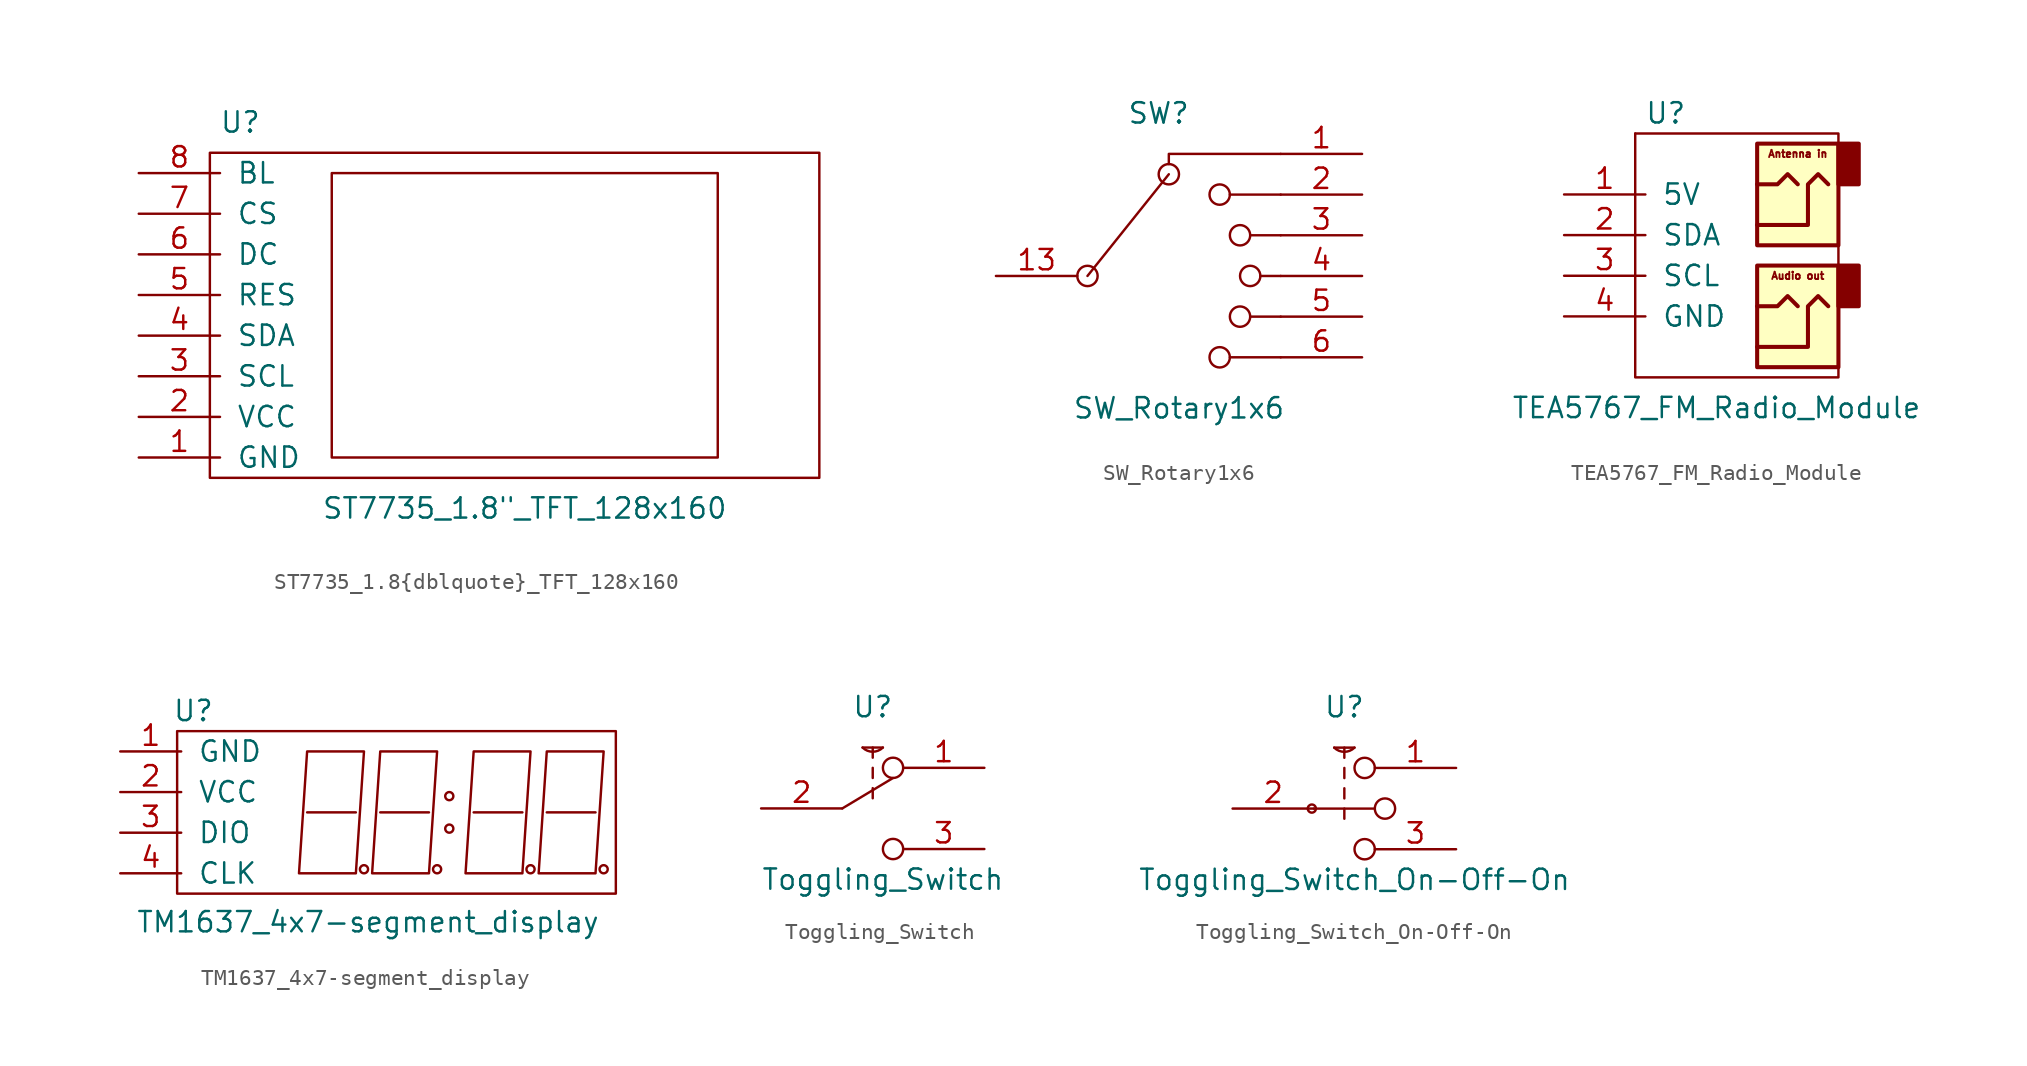
<source format=kicad_sym>
(kicad_symbol_lib
  (version 20211014)
  (generator kicad_symbol_editor)
  (symbol "ST7735_1.8{dblquote}_TFT_128x160"
    (pin_names
      (offset 1.016))
    (property "Reference" "U"
      (at 6.35 3.175 0)
      (effects (font (size 1.27 1.27))))
    (property "Value" "ST7735_1.8{dblquote}_TFT_128x160"
      (at 24.13 -20.955 0)
      (effects (font (size 1.27 1.27))))
    (symbol "ST7735_1.8{dblquote}_TFT_128x160_0_1"
      (rectangle (start 4.445 1.27) (end 42.545 -19.05) (stroke (width 0) (type default) (color 0 0 0 0)) (fill (type none)))
      (rectangle (start 12.065 0) (end 36.195 -17.78) (stroke (width 0) (type default) (color 0 0 0 0)) (fill (type none))))
    (symbol "ST7735_1.8{dblquote}_TFT_128x160_1_1"
      (pin power_in line (at 0 -17.78 0) (length 5.08) (name "GND" (effects (font (size 1.27 1.27)))) (number "1" (effects (font (size 1.27 1.27)))))
      (pin power_in line (at 0 -15.24 0) (length 5.08) (name "VCC" (effects (font (size 1.27 1.27)))) (number "2" (effects (font (size 1.27 1.27)))))
      (pin input line (at 0 -12.7 0) (length 5.08) (name "SCL" (effects (font (size 1.27 1.27)))) (number "3" (effects (font (size 1.27 1.27)))))
      (pin input line (at 0 -10.16 0) (length 5.08) (name "SDA" (effects (font (size 1.27 1.27)))) (number "4" (effects (font (size 1.27 1.27)))))
      (pin input line (at 0 -7.62 0) (length 5.08) (name "RES" (effects (font (size 1.27 1.27)))) (number "5" (effects (font (size 1.27 1.27)))))
      (pin input line (at 0 -5.08 0) (length 5.08) (name "DC" (effects (font (size 1.27 1.27)))) (number "6" (effects (font (size 1.27 1.27)))))
      (pin input line (at 0 -2.54 0) (length 5.08) (name "CS" (effects (font (size 1.27 1.27)))) (number "7" (effects (font (size 1.27 1.27)))))
      (pin input line (at 0 0 0) (length 5.08) (name "BL" (effects (font (size 1.27 1.27)))) (number "8" (effects (font (size 1.27 1.27)))))))
  (symbol "SW_Rotary1x6"
    (pin_names
      (offset 1.016) hide)
    (property "Reference" "SW"
      (at 0 17.78 0)
      (effects (font (size 1.27 1.27))))
    (property "Value" "SW_Rotary1x6"
      (at 1.27 -0.635 0)
      (effects (font (size 1.27 1.27))))
    (symbol "SW_Rotary1x6_0_0"
      (circle (center -4.445 7.62) (radius 0.635) (stroke (width 0) (type default) (color 0 0 0 0)) (fill (type none)))
      (polyline (pts (xy -4.445 7.62) (xy 0.635 13.97)) (stroke (width 0) (type default) (color 0 0 0 0)) (fill (type none)))
      (polyline (pts (xy 4.445 12.7) (xy 7.62 12.7)) (stroke (width 0) (type default) (color 0 0 0 0)) (fill (type none)))
      (polyline (pts (xy 5.715 5.08) (xy 7.62 5.08)) (stroke (width 0) (type default) (color 0 0 0 0)) (fill (type none)))
      (polyline (pts (xy 5.715 10.16) (xy 7.62 10.16)) (stroke (width 0) (type default) (color 0 0 0 0)) (fill (type none)))
      (polyline (pts (xy 6.35 7.62) (xy 7.62 7.62)) (stroke (width 0) (type default) (color 0 0 0 0)) (fill (type none)))
      (polyline (pts (xy 7.62 2.54) (xy 4.445 2.54)) (stroke (width 0) (type default) (color 0 0 0 0)) (fill (type none)))
      (polyline (pts (xy 0.635 14.605) (xy 0.635 15.24) (xy 7.62 15.24)) (stroke (width 0) (type default) (color 0 0 0 0)) (fill (type none)))
      (circle (center 0.635 13.97) (radius 0.635) (stroke (width 0) (type default) (color 0 0 0 0)) (fill (type none)))
      (circle (center 3.81 2.54) (radius 0.635) (stroke (width 0) (type default) (color 0 0 0 0)) (fill (type none)))
      (circle (center 3.81 12.7) (radius 0.635) (stroke (width 0) (type default) (color 0 0 0 0)) (fill (type none)))
      (circle (center 5.08 5.08) (radius 0.635) (stroke (width 0) (type default) (color 0 0 0 0)) (fill (type none)))
      (circle (center 5.08 10.16) (radius 0.635) (stroke (width 0) (type default) (color 0 0 0 0)) (fill (type none)))
      (circle (center 5.715 7.62) (radius 0.635) (stroke (width 0) (type default) (color 0 0 0 0)) (fill (type none))))
    (symbol "SW_Rotary1x6_0_1"
      (pin passive line (at 12.7 15.24 180) (length 5.08) (name "1" (effects (font (size 1.27 1.27)))) (number "1" (effects (font (size 1.27 1.27)))))
      (pin passive line (at -10.16 7.62 0) (length 5.08) (name "13" (effects (font (size 1.27 1.27)))) (number "13" (effects (font (size 1.27 1.27)))))
      (pin passive line (at 12.7 12.7 180) (length 5.08) (name "2" (effects (font (size 1.27 1.27)))) (number "2" (effects (font (size 1.27 1.27)))))
      (pin passive line (at 12.7 10.16 180) (length 5.08) (name "3" (effects (font (size 1.27 1.27)))) (number "3" (effects (font (size 1.27 1.27)))))
      (pin passive line (at 12.7 7.62 180) (length 5.08) (name "4" (effects (font (size 1.27 1.27)))) (number "4" (effects (font (size 1.27 1.27)))))
      (pin passive line (at 12.7 5.08 180) (length 5.08) (name "5" (effects (font (size 1.27 1.27)))) (number "5" (effects (font (size 1.27 1.27)))))
      (pin passive line (at 12.7 2.54 180) (length 5.08) (name "6" (effects (font (size 1.27 1.27)))) (number "6" (effects (font (size 1.27 1.27)))))))
  (symbol "TEA5767_FM_Radio_Module"
    (pin_names
      (offset 1.016))
    (property "Reference" "U"
      (at 6.35 5.08 0)
      (effects (font (size 1.27 1.27))))
    (property "Value" "TEA5767_FM_Radio_Module"
      (at 9.525 -13.335 0)
      (effects (font (size 1.27 1.27))))
    (symbol "TEA5767_FM_Radio_Module_0_0"
      (text "Antenna in" (at 14.605 2.54 0) (effects (font (size 0.457 0.457))))
      (text "Audio out" (at 14.605 -5.08 0) (effects (font (size 0.457 0.457)))))
    (symbol "TEA5767_FM_Radio_Module_0_1"
      (polyline (pts (xy 17.145 -4.445) (xy 17.145 -3.175)) (stroke (width 0) (type default) (color 0 0 0 0)) (fill (type none)))
      (polyline (pts (xy 17.145 3.175) (xy 17.145 3.81) (xy 4.445 3.81)) (stroke (width 0) (type default) (color 0 0 0 0)) (fill (type none)))
      (polyline (pts (xy 4.445 3.81) (xy 4.445 -11.43) (xy 17.145 -11.43) (xy 17.145 -10.795)) (stroke (width 0) (type default) (color 0 0 0 0)) (fill (type none))))
    (symbol "TEA5767_FM_Radio_Module_1_1"
      (polyline (pts (xy 14.605 -6.985) (xy 13.97 -6.35) (xy 13.335 -6.985) (xy 12.065 -6.985)) (stroke (width 0.254) (type default) (color 0 0 0 0)) (fill (type none)))
      (polyline (pts (xy 14.605 0.635) (xy 13.97 1.27) (xy 13.335 0.635) (xy 12.065 0.635)) (stroke (width 0.254) (type default) (color 0 0 0 0)) (fill (type none)))
      (polyline (pts (xy 12.065 -9.525) (xy 15.24 -9.525) (xy 15.24 -6.985) (xy 15.875 -6.35) (xy 16.51 -6.985)) (stroke (width 0.254) (type default) (color 0 0 0 0)) (fill (type none)))
      (polyline (pts (xy 12.065 -1.905) (xy 15.24 -1.905) (xy 15.24 0.635) (xy 15.875 1.27) (xy 16.51 0.635)) (stroke (width 0.254) (type default) (color 0 0 0 0)) (fill (type none)))
      (rectangle (start 12.065 -10.795) (end 17.145 -4.445) (stroke (width 0.254) (type default) (color 0 0 0 0)) (fill (type background)))
      (rectangle (start 12.065 -3.175) (end 17.145 3.175) (stroke (width 0.254) (type default) (color 0 0 0 0)) (fill (type background)))
      (rectangle (start 17.145 -4.445) (end 18.415 -6.985) (stroke (width 0.254) (type default) (color 0 0 0 0)) (fill (type outline)))
      (rectangle (start 17.145 3.175) (end 18.415 0.635) (stroke (width 0.254) (type default) (color 0 0 0 0)) (fill (type outline)))
      (pin power_in line (at 0 0 0) (length 5.08) (name "5V" (effects (font (size 1.27 1.27)))) (number "1" (effects (font (size 1.27 1.27)))))
      (pin bidirectional line (at 0 -2.54 0) (length 5.08) (name "SDA" (effects (font (size 1.27 1.27)))) (number "2" (effects (font (size 1.27 1.27)))))
      (pin bidirectional line (at 0 -5.08 0) (length 5.08) (name "SCL" (effects (font (size 1.27 1.27)))) (number "3" (effects (font (size 1.27 1.27)))))
      (pin power_in line (at 0 -7.62 0) (length 5.08) (name "GND" (effects (font (size 1.27 1.27)))) (number "4" (effects (font (size 1.27 1.27)))))))
  (symbol "TM1637_4x7-segment_display"
    (pin_names
      (offset 1.016))
    (property "Reference" "U"
      (at 4.572 2.54 0)
      (effects (font (size 1.27 1.27))))
    (property "Value" "TM1637_4x7-segment_display"
      (at 15.494 -10.668 0)
      (effects (font (size 1.27 1.27))))
    (symbol "TM1637_4x7-segment_display_0_1"
      (polyline (pts (xy 11.684 -3.81) (xy 14.732 -3.81)) (stroke (width 0) (type default) (color 0 0 0 0)) (fill (type none)))
      (polyline (pts (xy 11.684 0) (xy 11.176 -7.62) (xy 14.732 -7.62) (xy 15.24 0) (xy 11.684 0)) (stroke (width 0) (type default) (color 0 0 0 0)) (fill (type none)))
      (rectangle (start 3.556 1.27) (end 30.988 -8.89) (stroke (width 0) (type default) (color 0 0 0 0)) (fill (type none)))
      (circle (center 15.24 -7.366) (radius 0.254) (stroke (width 0) (type default) (color 0 0 0 0)) (fill (type none)))
      (circle (center 20.574 -4.826) (radius 0.254) (stroke (width 0) (type default) (color 0 0 0 0)) (fill (type none)))
      (circle (center 20.574 -2.794) (radius 0.254) (stroke (width 0) (type default) (color 0 0 0 0)) (fill (type none))))
    (symbol "TM1637_4x7-segment_display_1_1"
      (polyline (pts (xy 16.256 -3.81) (xy 19.304 -3.81)) (stroke (width 0) (type default) (color 0 0 0 0)) (fill (type none)))
      (polyline (pts (xy 22.098 -3.81) (xy 25.146 -3.81)) (stroke (width 0) (type default) (color 0 0 0 0)) (fill (type none)))
      (polyline (pts (xy 26.67 -3.81) (xy 29.718 -3.81)) (stroke (width 0) (type default) (color 0 0 0 0)) (fill (type none)))
      (polyline (pts (xy 16.256 0) (xy 15.748 -7.62) (xy 19.304 -7.62) (xy 19.812 0) (xy 16.256 0)) (stroke (width 0) (type default) (color 0 0 0 0)) (fill (type none)))
      (polyline (pts (xy 22.098 0) (xy 21.59 -7.62) (xy 25.146 -7.62) (xy 25.654 0) (xy 22.098 0)) (stroke (width 0) (type default) (color 0 0 0 0)) (fill (type none)))
      (polyline (pts (xy 26.67 0) (xy 26.162 -7.62) (xy 29.718 -7.62) (xy 30.226 0) (xy 26.67 0)) (stroke (width 0) (type default) (color 0 0 0 0)) (fill (type none)))
      (circle (center 19.812 -7.366) (radius 0.254) (stroke (width 0) (type default) (color 0 0 0 0)) (fill (type none)))
      (circle (center 25.654 -7.366) (radius 0.254) (stroke (width 0) (type default) (color 0 0 0 0)) (fill (type none)))
      (circle (center 30.226 -7.366) (radius 0.254) (stroke (width 0) (type default) (color 0 0 0 0)) (fill (type none)))
      (pin input line (at 0 0 0) (length 3.81) (name "GND" (effects (font (size 1.27 1.27)))) (number "1" (effects (font (size 1.27 1.27)))))
      (pin input line (at 0 -2.54 0) (length 3.81) (name "VCC" (effects (font (size 1.27 1.27)))) (number "2" (effects (font (size 1.27 1.27)))))
      (pin power_in line (at 0 -5.08 0) (length 3.81) (name "DIO" (effects (font (size 1.27 1.27)))) (number "3" (effects (font (size 1.27 1.27)))))
      (pin power_in line (at 0 -7.62 0) (length 3.81) (name "CLK" (effects (font (size 1.27 1.27)))) (number "4" (effects (font (size 1.27 1.27)))))))
  (symbol "Toggling_Switch"
    (pin_names hide)
    (property "Reference" "U"
      (at 6.985 6.35 0)
      (effects (font (size 1.27 1.27))))
    (property "Value" "Toggling_Switch"
      (at 7.62 -4.445 0)
      (effects (font (size 1.27 1.27))))
    (symbol "Toggling_Switch_0_1"
      (polyline (pts (xy 5.08 0) (xy 8.255 1.905)) (stroke (width 0.152) (type default) (color 0 0 0 0)) (fill (type none)))
      (polyline (pts (xy 6.35 3.81) (xy 7.62 3.81)) (stroke (width 0.152) (type default) (color 0 0 0 0)) (fill (type none)))
      (polyline (pts (xy 6.985 0.635) (xy 6.985 1.27)) (stroke (width 0.152) (type default) (color 0 0 0 0)) (fill (type none)))
      (polyline (pts (xy 6.985 1.905) (xy 6.985 2.54)) (stroke (width 0.152) (type default) (color 0 0 0 0)) (fill (type none)))
      (polyline (pts (xy 6.985 3.175) (xy 6.985 3.81)) (stroke (width 0.152) (type default) (color 0 0 0 0)) (fill (type none)))
      (arc (start 6.35 3.81) (mid 6.985 2.277) (end 7.62 3.81) (stroke (width 0.1524) (type default) (color 0 0 0 0)) (fill (type none)))
      (circle (center 8.255 -2.54) (radius 0.635) (stroke (width 0.152) (type default) (color 0 0 0 0)) (fill (type none)))
      (circle (center 8.255 2.54) (radius 0.635) (stroke (width 0.152) (type default) (color 0 0 0 0)) (fill (type none)))
      (pin passive line (at 13.97 2.54 180) (length 5.08) (name "NC" (effects (font (size 1.27 1.27)))) (number "1" (effects (font (size 1.27 1.27)))))
      (pin passive line (at 0 0 0) (length 5.08) (name "Com" (effects (font (size 1.27 1.27)))) (number "2" (effects (font (size 1.27 1.27)))))
      (pin passive line (at 13.97 -2.54 180) (length 5.08) (name "NO" (effects (font (size 1.27 1.27)))) (number "3" (effects (font (size 1.27 1.27)))))))
  (symbol "Toggling_Switch_On-Off-On"
    (pin_names hide)
    (property "Reference" "U"
      (at 6.985 6.35 0)
      (effects (font (size 1.27 1.27))))
    (property "Value" "Toggling_Switch_On-Off-On"
      (at 7.62 -4.445 0)
      (effects (font (size 1.27 1.27))))
    (symbol "Toggling_Switch_On-Off-On_0_1"
      (polyline (pts (xy 5.08 0) (xy 8.89 0)) (stroke (width 0.152) (type default) (color 0 0 0 0)) (fill (type none)))
      (polyline (pts (xy 6.35 3.81) (xy 7.62 3.81)) (stroke (width 0.152) (type default) (color 0 0 0 0)) (fill (type none)))
      (polyline (pts (xy 6.985 0) (xy 6.985 -0.635)) (stroke (width 0.152) (type default) (color 0 0 0 0)) (fill (type none)))
      (polyline (pts (xy 6.985 0.635) (xy 6.985 1.27)) (stroke (width 0.152) (type default) (color 0 0 0 0)) (fill (type none)))
      (polyline (pts (xy 6.985 1.905) (xy 6.985 2.54)) (stroke (width 0.152) (type default) (color 0 0 0 0)) (fill (type none)))
      (polyline (pts (xy 6.985 3.175) (xy 6.985 3.81)) (stroke (width 0.152) (type default) (color 0 0 0 0)) (fill (type none)))
      (circle (center 4.953 0) (radius 0.254) (stroke (width 0.152) (type default) (color 0 0 0 0)) (fill (type none)))
      (arc (start 6.35 3.81) (mid 6.985 2.277) (end 7.62 3.81) (stroke (width 0.1524) (type default) (color 0 0 0 0)) (fill (type none)))
      (circle (center 8.255 -2.54) (radius 0.635) (stroke (width 0.152) (type default) (color 0 0 0 0)) (fill (type none)))
      (circle (center 8.255 2.54) (radius 0.635) (stroke (width 0.152) (type default) (color 0 0 0 0)) (fill (type none)))
      (circle (center 9.525 0) (radius 0.635) (stroke (width 0.152) (type default) (color 0 0 0 0)) (fill (type none)))
      (pin passive line (at 13.97 2.54 180) (length 5.08) (name "NC" (effects (font (size 1.27 1.27)))) (number "1" (effects (font (size 1.27 1.27)))))
      (pin passive line (at 0 0 0) (length 5.08) (name "Com" (effects (font (size 1.27 1.27)))) (number "2" (effects (font (size 1.27 1.27)))))
      (pin passive line (at 13.97 -2.54 180) (length 5.08) (name "NO" (effects (font (size 1.27 1.27)))) (number "3" (effects (font (size 1.27 1.27))))))))
</source>
